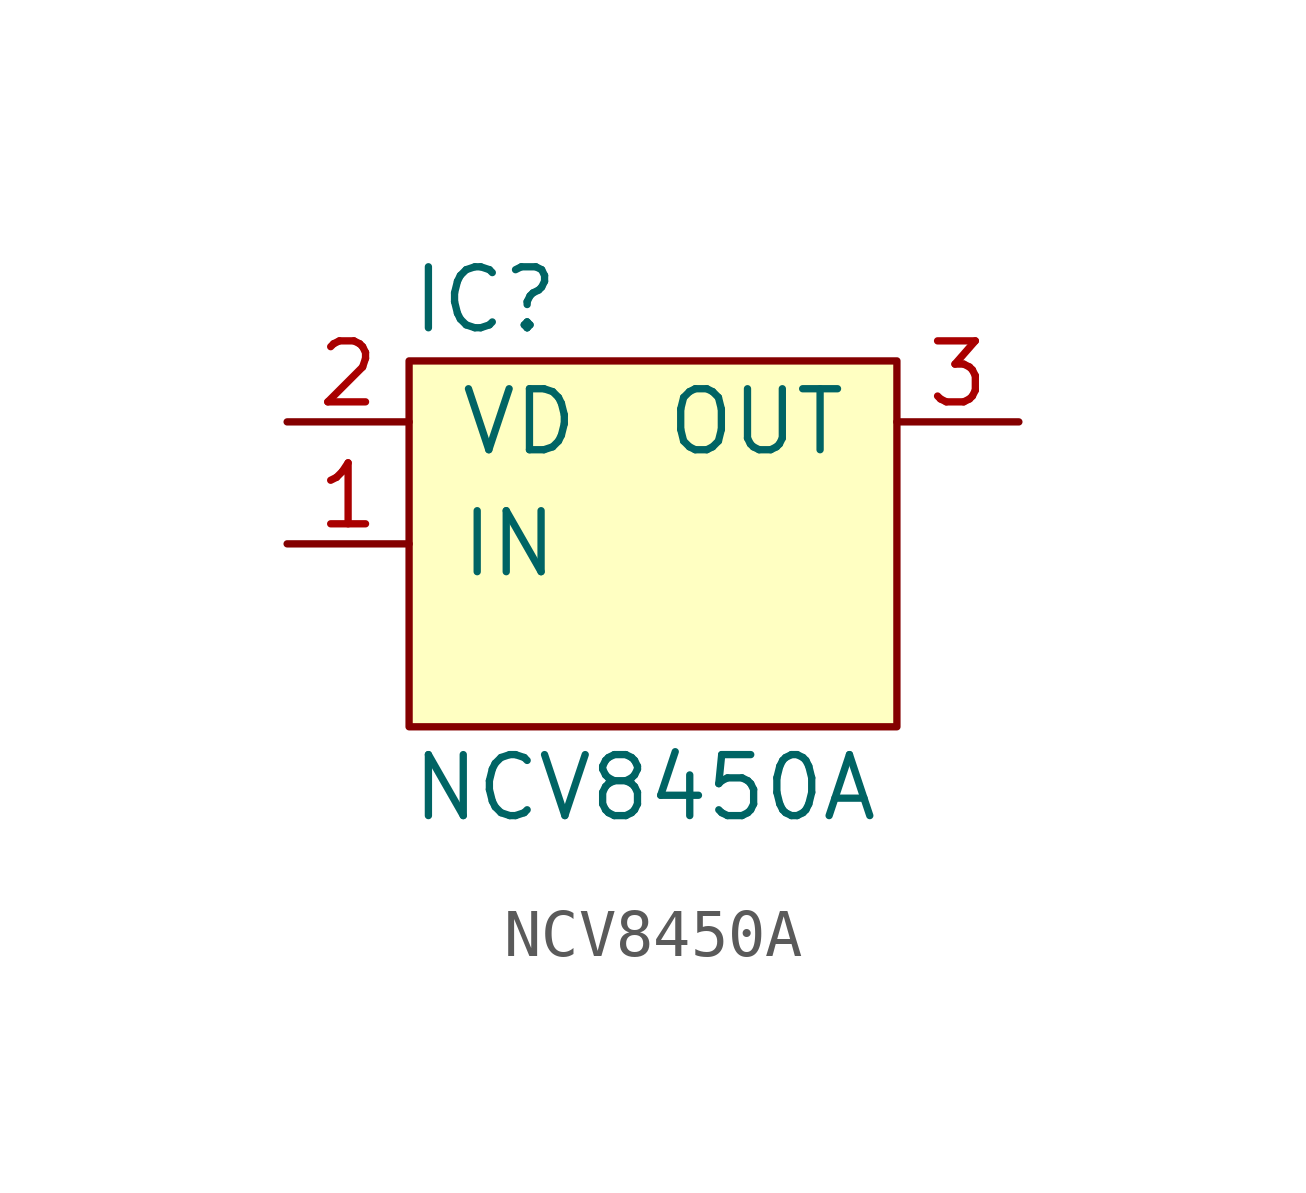
<source format=kicad_sym>
(kicad_symbol_lib
  (version 20211014)
  (generator agg_kicad.build_lib_ic)
  (symbol "NCV8450A"
    (pin_names
      (offset 1.016))
    (property Reference IC
      (at -5.08 5.08 0)
      (effects (font (size 1.27 1.27)) (justify left)))
    (property Value "NCV8450A"
      (at -5.08 -5.08 0)
      (effects (font (size 1.27 1.27)) (justify left)))
    (symbol "NCV8450A_0_0"
      (rectangle (start -5.08 3.81) (end 5.08 -3.81) (stroke (width 0) (type default) (color 0 0 0 0)) (fill (type background)))
      (pin power_in line (at -7.62 2.54 0) (length 2.54) (name VD (effects (font (size 1.27 1.27)))) (number "2" (effects (font (size 1.27 1.27)))))
      (pin input line (at -7.62 0 0) (length 2.54) (name IN (effects (font (size 1.27 1.27)))) (number "1" (effects (font (size 1.27 1.27)))))
      (pin power_out line (at 7.62 2.54 180) (length 2.54) (name OUT (effects (font (size 1.27 1.27)))) (number "3" (effects (font (size 1.27 1.27))))))))
</source>
